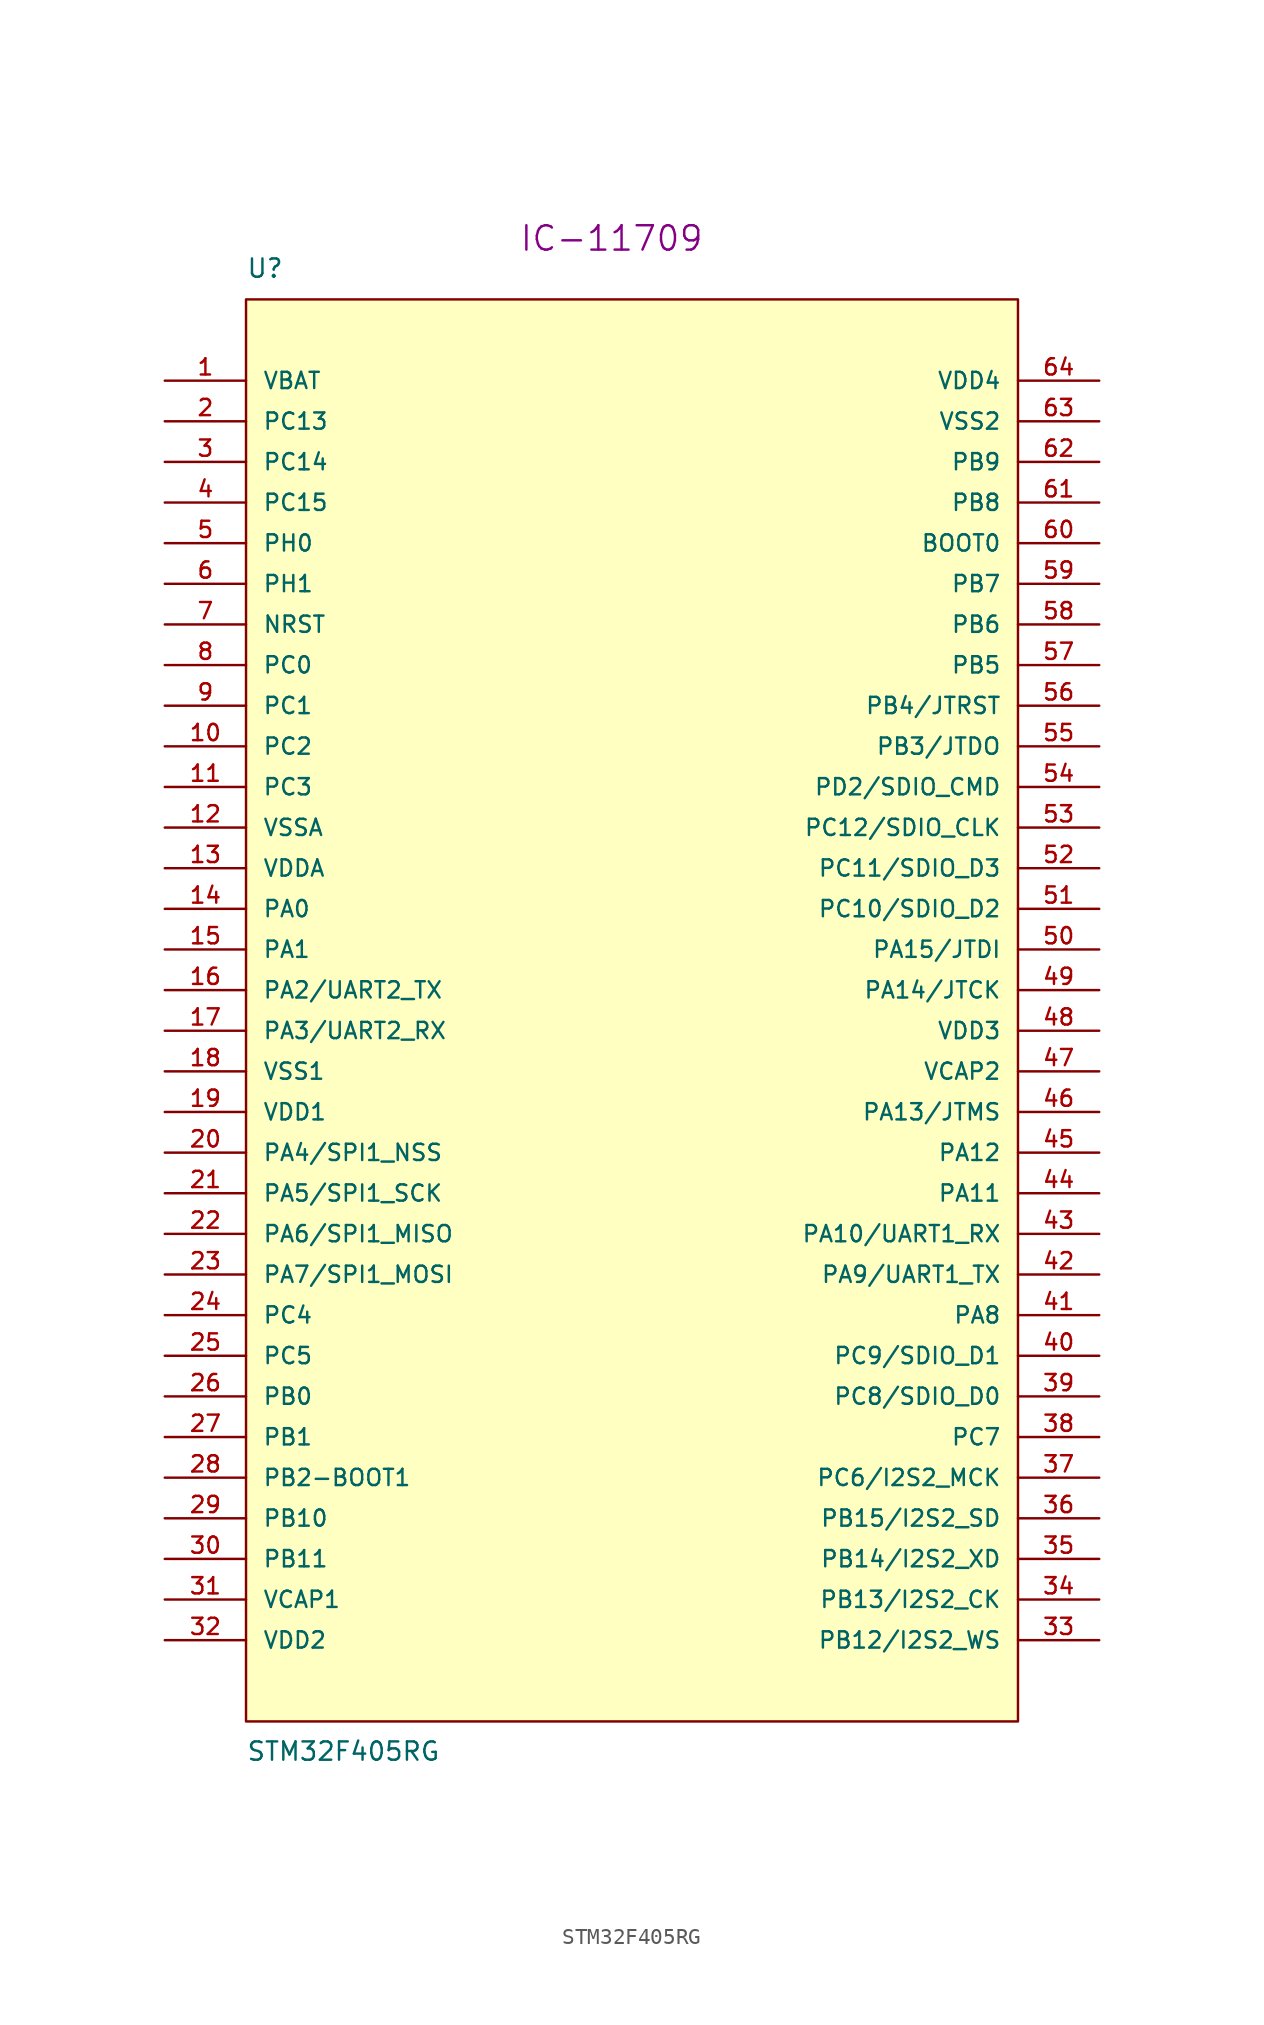
<source format=kicad_sym>
(kicad_symbol_lib
  (version 20201005)
  (generator kicad_symbol_editor)
  (symbol "STM32F405RG"
    (pin_names
      (offset 1.016))
    (property "Reference" "U"
      (at -22.86 46.99 0)
      (effects (font (size 1.143 1.143)) (justify left bottom)))
    (property "Value" "STM32F405RG"
      (at -22.86 -45.72 0)
      (effects (font (size 1.143 1.143)) (justify left bottom)))
    (property "Field4" "IC-11709"
      (at 0 49.53 0)
      (effects (font (size 1.524 1.524))))
    (property "ki_locked" ""
      (at 0 0 0)
      (effects (font (size 1.27 1.27))))
    (symbol "STM32F405RG_1_1"
      (polyline (pts (xy -22.86 45.72) (xy 25.4 45.72) (xy 25.4 -43.18) (xy -22.86 -43.18) (xy -22.86 45.72)) (stroke (width 0)) (fill (type background)))
      (pin bidirectional line (at -27.94 40.64 0) (length 5.08) (name "VBAT" (effects (font (size 1.016 1.016)))) (number "1" (effects (font (size 1.016 1.016)))))
      (pin bidirectional line (at -27.94 38.1 0) (length 5.08) (name "PC13" (effects (font (size 1.016 1.016)))) (number "2" (effects (font (size 1.016 1.016)))))
      (pin bidirectional line (at -27.94 35.56 0) (length 5.08) (name "PC14" (effects (font (size 1.016 1.016)))) (number "3" (effects (font (size 1.016 1.016)))))
      (pin bidirectional line (at -27.94 33.02 0) (length 5.08) (name "PC15" (effects (font (size 1.016 1.016)))) (number "4" (effects (font (size 1.016 1.016)))))
      (pin bidirectional line (at -27.94 30.48 0) (length 5.08) (name "PH0" (effects (font (size 1.016 1.016)))) (number "5" (effects (font (size 1.016 1.016)))))
      (pin bidirectional line (at -27.94 27.94 0) (length 5.08) (name "PH1" (effects (font (size 1.016 1.016)))) (number "6" (effects (font (size 1.016 1.016)))))
      (pin bidirectional line (at -27.94 25.4 0) (length 5.08) (name "NRST" (effects (font (size 1.016 1.016)))) (number "7" (effects (font (size 1.016 1.016)))))
      (pin bidirectional line (at -27.94 22.86 0) (length 5.08) (name "PC0" (effects (font (size 1.016 1.016)))) (number "8" (effects (font (size 1.016 1.016)))))
      (pin bidirectional line (at -27.94 20.32 0) (length 5.08) (name "PC1" (effects (font (size 1.016 1.016)))) (number "9" (effects (font (size 1.016 1.016)))))
      (pin bidirectional line (at -27.94 17.78 0) (length 5.08) (name "PC2" (effects (font (size 1.016 1.016)))) (number "10" (effects (font (size 1.016 1.016)))))
      (pin bidirectional line (at -27.94 -7.62 0) (length 5.08) (name "PA4/SPI1_NSS" (effects (font (size 1.016 1.016)))) (number "20" (effects (font (size 1.016 1.016)))))
      (pin bidirectional line (at -27.94 -33.02 0) (length 5.08) (name "PB11" (effects (font (size 1.016 1.016)))) (number "30" (effects (font (size 1.016 1.016)))))
      (pin bidirectional line (at 30.48 -20.32 180) (length 5.08) (name "PC9/SDIO_D1" (effects (font (size 1.016 1.016)))) (number "40" (effects (font (size 1.016 1.016)))))
      (pin bidirectional line (at 30.48 5.08 180) (length 5.08) (name "PA15/JTDI" (effects (font (size 1.016 1.016)))) (number "50" (effects (font (size 1.016 1.016)))))
      (pin bidirectional line (at 30.48 30.48 180) (length 5.08) (name "BOOT0" (effects (font (size 1.016 1.016)))) (number "60" (effects (font (size 1.016 1.016)))))
      (pin bidirectional line (at -27.94 15.24 0) (length 5.08) (name "PC3" (effects (font (size 1.016 1.016)))) (number "11" (effects (font (size 1.016 1.016)))))
      (pin bidirectional line (at -27.94 -10.16 0) (length 5.08) (name "PA5/SPI1_SCK" (effects (font (size 1.016 1.016)))) (number "21" (effects (font (size 1.016 1.016)))))
      (pin bidirectional line (at -27.94 -35.56 0) (length 5.08) (name "VCAP1" (effects (font (size 1.016 1.016)))) (number "31" (effects (font (size 1.016 1.016)))))
      (pin bidirectional line (at 30.48 -17.78 180) (length 5.08) (name "PA8" (effects (font (size 1.016 1.016)))) (number "41" (effects (font (size 1.016 1.016)))))
      (pin bidirectional line (at 30.48 7.62 180) (length 5.08) (name "PC10/SDIO_D2" (effects (font (size 1.016 1.016)))) (number "51" (effects (font (size 1.016 1.016)))))
      (pin bidirectional line (at 30.48 33.02 180) (length 5.08) (name "PB8" (effects (font (size 1.016 1.016)))) (number "61" (effects (font (size 1.016 1.016)))))
      (pin bidirectional line (at -27.94 12.7 0) (length 5.08) (name "VSSA" (effects (font (size 1.016 1.016)))) (number "12" (effects (font (size 1.016 1.016)))))
      (pin bidirectional line (at -27.94 -12.7 0) (length 5.08) (name "PA6/SPI1_MISO" (effects (font (size 1.016 1.016)))) (number "22" (effects (font (size 1.016 1.016)))))
      (pin bidirectional line (at -27.94 -38.1 0) (length 5.08) (name "VDD2" (effects (font (size 1.016 1.016)))) (number "32" (effects (font (size 1.016 1.016)))))
      (pin bidirectional line (at 30.48 -15.24 180) (length 5.08) (name "PA9/UART1_TX" (effects (font (size 1.016 1.016)))) (number "42" (effects (font (size 1.016 1.016)))))
      (pin bidirectional line (at 30.48 10.16 180) (length 5.08) (name "PC11/SDIO_D3" (effects (font (size 1.016 1.016)))) (number "52" (effects (font (size 1.016 1.016)))))
      (pin bidirectional line (at 30.48 35.56 180) (length 5.08) (name "PB9" (effects (font (size 1.016 1.016)))) (number "62" (effects (font (size 1.016 1.016)))))
      (pin bidirectional line (at -27.94 10.16 0) (length 5.08) (name "VDDA" (effects (font (size 1.016 1.016)))) (number "13" (effects (font (size 1.016 1.016)))))
      (pin bidirectional line (at -27.94 -15.24 0) (length 5.08) (name "PA7/SPI1_MOSI" (effects (font (size 1.016 1.016)))) (number "23" (effects (font (size 1.016 1.016)))))
      (pin bidirectional line (at 30.48 -38.1 180) (length 5.08) (name "PB12/I2S2_WS" (effects (font (size 1.016 1.016)))) (number "33" (effects (font (size 1.016 1.016)))))
      (pin bidirectional line (at 30.48 -12.7 180) (length 5.08) (name "PA10/UART1_RX" (effects (font (size 1.016 1.016)))) (number "43" (effects (font (size 1.016 1.016)))))
      (pin bidirectional line (at 30.48 12.7 180) (length 5.08) (name "PC12/SDIO_CLK" (effects (font (size 1.016 1.016)))) (number "53" (effects (font (size 1.016 1.016)))))
      (pin bidirectional line (at 30.48 38.1 180) (length 5.08) (name "VSS2" (effects (font (size 1.016 1.016)))) (number "63" (effects (font (size 1.016 1.016)))))
      (pin bidirectional line (at -27.94 7.62 0) (length 5.08) (name "PA0" (effects (font (size 1.016 1.016)))) (number "14" (effects (font (size 1.016 1.016)))))
      (pin bidirectional line (at -27.94 -17.78 0) (length 5.08) (name "PC4" (effects (font (size 1.016 1.016)))) (number "24" (effects (font (size 1.016 1.016)))))
      (pin bidirectional line (at 30.48 -35.56 180) (length 5.08) (name "PB13/I2S2_CK" (effects (font (size 1.016 1.016)))) (number "34" (effects (font (size 1.016 1.016)))))
      (pin bidirectional line (at 30.48 -10.16 180) (length 5.08) (name "PA11" (effects (font (size 1.016 1.016)))) (number "44" (effects (font (size 1.016 1.016)))))
      (pin bidirectional line (at 30.48 15.24 180) (length 5.08) (name "PD2/SDIO_CMD" (effects (font (size 1.016 1.016)))) (number "54" (effects (font (size 1.016 1.016)))))
      (pin bidirectional line (at 30.48 40.64 180) (length 5.08) (name "VDD4" (effects (font (size 1.016 1.016)))) (number "64" (effects (font (size 1.016 1.016)))))
      (pin bidirectional line (at -27.94 5.08 0) (length 5.08) (name "PA1" (effects (font (size 1.016 1.016)))) (number "15" (effects (font (size 1.016 1.016)))))
      (pin bidirectional line (at -27.94 -20.32 0) (length 5.08) (name "PC5" (effects (font (size 1.016 1.016)))) (number "25" (effects (font (size 1.016 1.016)))))
      (pin bidirectional line (at 30.48 -33.02 180) (length 5.08) (name "PB14/I2S2_XD" (effects (font (size 1.016 1.016)))) (number "35" (effects (font (size 1.016 1.016)))))
      (pin bidirectional line (at 30.48 -7.62 180) (length 5.08) (name "PA12" (effects (font (size 1.016 1.016)))) (number "45" (effects (font (size 1.016 1.016)))))
      (pin bidirectional line (at 30.48 17.78 180) (length 5.08) (name "PB3/JTDO" (effects (font (size 1.016 1.016)))) (number "55" (effects (font (size 1.016 1.016)))))
      (pin bidirectional line (at -27.94 2.54 0) (length 5.08) (name "PA2/UART2_TX" (effects (font (size 1.016 1.016)))) (number "16" (effects (font (size 1.016 1.016)))))
      (pin bidirectional line (at -27.94 -22.86 0) (length 5.08) (name "PB0" (effects (font (size 1.016 1.016)))) (number "26" (effects (font (size 1.016 1.016)))))
      (pin bidirectional line (at 30.48 -30.48 180) (length 5.08) (name "PB15/I2S2_SD" (effects (font (size 1.016 1.016)))) (number "36" (effects (font (size 1.016 1.016)))))
      (pin bidirectional line (at 30.48 -5.08 180) (length 5.08) (name "PA13/JTMS" (effects (font (size 1.016 1.016)))) (number "46" (effects (font (size 1.016 1.016)))))
      (pin bidirectional line (at 30.48 20.32 180) (length 5.08) (name "PB4/JTRST" (effects (font (size 1.016 1.016)))) (number "56" (effects (font (size 1.016 1.016)))))
      (pin bidirectional line (at -27.94 0 0) (length 5.08) (name "PA3/UART2_RX" (effects (font (size 1.016 1.016)))) (number "17" (effects (font (size 1.016 1.016)))))
      (pin bidirectional line (at -27.94 -25.4 0) (length 5.08) (name "PB1" (effects (font (size 1.016 1.016)))) (number "27" (effects (font (size 1.016 1.016)))))
      (pin bidirectional line (at 30.48 -27.94 180) (length 5.08) (name "PC6/I2S2_MCK" (effects (font (size 1.016 1.016)))) (number "37" (effects (font (size 1.016 1.016)))))
      (pin bidirectional line (at 30.48 -2.54 180) (length 5.08) (name "VCAP2" (effects (font (size 1.016 1.016)))) (number "47" (effects (font (size 1.016 1.016)))))
      (pin bidirectional line (at 30.48 22.86 180) (length 5.08) (name "PB5" (effects (font (size 1.016 1.016)))) (number "57" (effects (font (size 1.016 1.016)))))
      (pin bidirectional line (at -27.94 -2.54 0) (length 5.08) (name "VSS1" (effects (font (size 1.016 1.016)))) (number "18" (effects (font (size 1.016 1.016)))))
      (pin bidirectional line (at -27.94 -27.94 0) (length 5.08) (name "PB2-BOOT1" (effects (font (size 1.016 1.016)))) (number "28" (effects (font (size 1.016 1.016)))))
      (pin bidirectional line (at 30.48 -25.4 180) (length 5.08) (name "PC7" (effects (font (size 1.016 1.016)))) (number "38" (effects (font (size 1.016 1.016)))))
      (pin bidirectional line (at 30.48 0 180) (length 5.08) (name "VDD3" (effects (font (size 1.016 1.016)))) (number "48" (effects (font (size 1.016 1.016)))))
      (pin bidirectional line (at 30.48 25.4 180) (length 5.08) (name "PB6" (effects (font (size 1.016 1.016)))) (number "58" (effects (font (size 1.016 1.016)))))
      (pin bidirectional line (at -27.94 -5.08 0) (length 5.08) (name "VDD1" (effects (font (size 1.016 1.016)))) (number "19" (effects (font (size 1.016 1.016)))))
      (pin bidirectional line (at -27.94 -30.48 0) (length 5.08) (name "PB10" (effects (font (size 1.016 1.016)))) (number "29" (effects (font (size 1.016 1.016)))))
      (pin bidirectional line (at 30.48 -22.86 180) (length 5.08) (name "PC8/SDIO_D0" (effects (font (size 1.016 1.016)))) (number "39" (effects (font (size 1.016 1.016)))))
      (pin bidirectional line (at 30.48 2.54 180) (length 5.08) (name "PA14/JTCK" (effects (font (size 1.016 1.016)))) (number "49" (effects (font (size 1.016 1.016)))))
      (pin bidirectional line (at 30.48 27.94 180) (length 5.08) (name "PB7" (effects (font (size 1.016 1.016)))) (number "59" (effects (font (size 1.016 1.016))))))))
</source>
